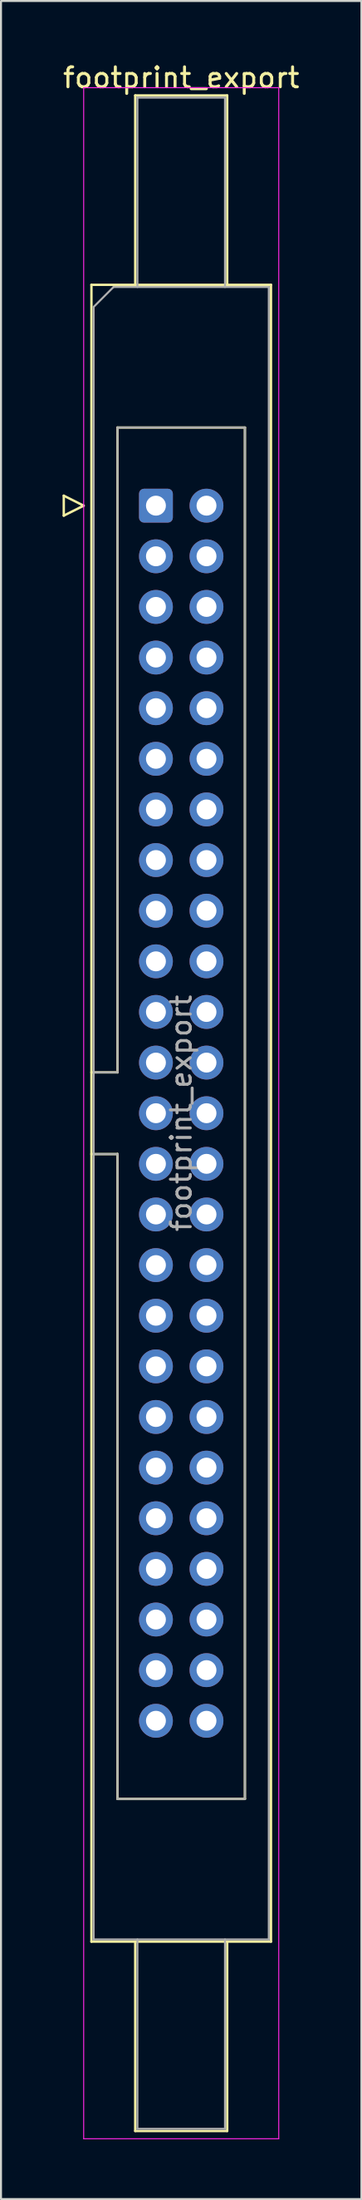
<source format=kicad_pcb>
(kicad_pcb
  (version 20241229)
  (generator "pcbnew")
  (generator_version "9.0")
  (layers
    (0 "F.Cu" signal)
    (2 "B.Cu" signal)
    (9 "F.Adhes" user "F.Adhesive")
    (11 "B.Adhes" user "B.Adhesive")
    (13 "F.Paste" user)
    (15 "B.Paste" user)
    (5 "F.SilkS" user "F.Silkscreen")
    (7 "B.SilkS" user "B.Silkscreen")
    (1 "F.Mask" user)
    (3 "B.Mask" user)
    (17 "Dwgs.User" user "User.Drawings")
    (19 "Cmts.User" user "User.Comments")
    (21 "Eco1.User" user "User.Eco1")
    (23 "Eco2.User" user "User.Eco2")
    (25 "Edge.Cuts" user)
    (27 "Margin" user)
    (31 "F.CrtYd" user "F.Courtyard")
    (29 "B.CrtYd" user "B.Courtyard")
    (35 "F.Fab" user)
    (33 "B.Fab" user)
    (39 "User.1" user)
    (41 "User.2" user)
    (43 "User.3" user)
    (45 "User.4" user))
  (footprint "footprint_export"
    (layer "F.Cu")
    (at 4.784 22.318)
    (property "Reference" "footprint_export" (at 1.27 -21.47 0) (layer "F.SilkS") (effects (font (size 1 1) (thickness 0.15))))
    (attr through_hole)
    (fp_line (start -4.63 -0.5) (end -4.63 0.5) (stroke (width 0.12) (type solid)) (layer "F.SilkS"))
    (fp_line (start -4.63 0.5) (end -3.63 0) (stroke (width 0.12) (type solid)) (layer "F.SilkS"))
    (fp_line (start -3.63 0) (end -4.63 -0.5) (stroke (width 0.12) (type solid)) (layer "F.SilkS"))
    (fp_line (start -3.24 -11.08) (end 5.78 -11.08) (stroke (width 0.12) (type solid)) (layer "F.SilkS"))
    (fp_line (start -3.24 28.43) (end -1.93 28.43) (stroke (width 0.12) (type solid)) (layer "F.SilkS"))
    (fp_line (start -3.24 72.04) (end -3.24 -11.08) (stroke (width 0.12) (type solid)) (layer "F.SilkS"))
    (fp_line (start -1.93 -3.92) (end 4.47 -3.92) (stroke (width 0.12) (type solid)) (layer "F.SilkS"))
    (fp_line (start -1.93 28.43) (end -1.93 -3.92) (stroke (width 0.12) (type solid)) (layer "F.SilkS"))
    (fp_line (start -1.93 32.53) (end -3.24 32.53) (stroke (width 0.12) (type solid)) (layer "F.SilkS"))
    (fp_line (start -1.93 32.53) (end -1.93 32.53) (stroke (width 0.12) (type solid)) (layer "F.SilkS"))
    (fp_line (start -1.93 64.88) (end -1.93 32.53) (stroke (width 0.12) (type solid)) (layer "F.SilkS"))
    (fp_line (start -1.04 -20.58) (end 3.58 -20.58) (stroke (width 0.12) (type solid)) (layer "F.SilkS"))
    (fp_line (start -1.04 -11.08) (end -1.04 -20.58) (stroke (width 0.12) (type solid)) (layer "F.SilkS"))
    (fp_line (start -1.04 72.04) (end -1.04 81.54) (stroke (width 0.12) (type solid)) (layer "F.SilkS"))
    (fp_line (start -1.04 81.54) (end 3.58 81.54) (stroke (width 0.12) (type solid)) (layer "F.SilkS"))
    (fp_line (start 3.58 -20.58) (end 3.58 -11.08) (stroke (width 0.12) (type solid)) (layer "F.SilkS"))
    (fp_line (start 3.58 81.54) (end 3.58 72.04) (stroke (width 0.12) (type solid)) (layer "F.SilkS"))
    (fp_line (start 4.47 -3.92) (end 4.47 64.88) (stroke (width 0.12) (type solid)) (layer "F.SilkS"))
    (fp_line (start 4.47 64.88) (end -1.93 64.88) (stroke (width 0.12) (type solid)) (layer "F.SilkS"))
    (fp_line (start 5.78 -11.08) (end 5.78 72.04) (stroke (width 0.12) (type solid)) (layer "F.SilkS"))
    (fp_line (start 5.78 72.04) (end -3.24 72.04) (stroke (width 0.12) (type solid)) (layer "F.SilkS"))
    (fp_line (start -3.63 -20.97) (end -3.63 81.93) (stroke (width 0.05) (type solid)) (layer "F.CrtYd"))
    (fp_line (start -3.63 81.93) (end 6.17 81.93) (stroke (width 0.05) (type solid)) (layer "F.CrtYd"))
    (fp_line (start 6.17 -20.97) (end -3.63 -20.97) (stroke (width 0.05) (type solid)) (layer "F.CrtYd"))
    (fp_line (start 6.17 81.93) (end 6.17 -20.97) (stroke (width 0.05) (type solid)) (layer "F.CrtYd"))
    (fp_line (start -3.13 -9.97) (end -2.13 -10.97) (stroke (width 0.1) (type solid)) (layer "F.Fab"))
    (fp_line (start -3.13 28.43) (end -1.93 28.43) (stroke (width 0.1) (type solid)) (layer "F.Fab"))
    (fp_line (start -3.13 71.93) (end -3.13 -9.97) (stroke (width 0.1) (type solid)) (layer "F.Fab"))
    (fp_line (start -2.13 -10.97) (end 5.67 -10.97) (stroke (width 0.1) (type solid)) (layer "F.Fab"))
    (fp_line (start -1.93 -3.92) (end 4.47 -3.92) (stroke (width 0.1) (type solid)) (layer "F.Fab"))
    (fp_line (start -1.93 28.43) (end -1.93 -3.92) (stroke (width 0.1) (type solid)) (layer "F.Fab"))
    (fp_line (start -1.93 32.53) (end -3.13 32.53) (stroke (width 0.1) (type solid)) (layer "F.Fab"))
    (fp_line (start -1.93 32.53) (end -1.93 32.53) (stroke (width 0.1) (type solid)) (layer "F.Fab"))
    (fp_line (start -1.93 64.88) (end -1.93 32.53) (stroke (width 0.1) (type solid)) (layer "F.Fab"))
    (fp_line (start -0.93 -20.47) (end 3.47 -20.47) (stroke (width 0.1) (type solid)) (layer "F.Fab"))
    (fp_line (start -0.93 -10.97) (end -0.93 -20.47) (stroke (width 0.1) (type solid)) (layer "F.Fab"))
    (fp_line (start -0.93 71.93) (end -0.93 81.43) (stroke (width 0.1) (type solid)) (layer "F.Fab"))
    (fp_line (start -0.93 81.43) (end 3.47 81.43) (stroke (width 0.1) (type solid)) (layer "F.Fab"))
    (fp_line (start 3.47 -20.47) (end 3.47 -10.97) (stroke (width 0.1) (type solid)) (layer "F.Fab"))
    (fp_line (start 3.47 81.43) (end 3.47 71.93) (stroke (width 0.1) (type solid)) (layer "F.Fab"))
    (fp_line (start 4.47 -3.92) (end 4.47 64.88) (stroke (width 0.1) (type solid)) (layer "F.Fab"))
    (fp_line (start 4.47 64.88) (end -1.93 64.88) (stroke (width 0.1) (type solid)) (layer "F.Fab"))
    (fp_line (start 5.67 -10.97) (end 5.67 71.93) (stroke (width 0.1) (type solid)) (layer "F.Fab"))
    (fp_line (start 5.67 71.93) (end -3.13 71.93) (stroke (width 0.1) (type solid)) (layer "F.Fab"))
    (fp_text user "${REFERENCE}" (at 1.27 30.48 90) (layer "F.Fab") (effects (font (size 1 1) (thickness 0.15))))
    (pad "1" thru_hole roundrect (at 0 0) (size 1.7 1.7) (drill 1) (layers "*.Cu" "*.Mask") (roundrect_rratio 0.147))
    (pad "2" thru_hole circle (at 2.54 0) (size 1.7 1.7) (drill 1) (layers "*.Cu" "*.Mask"))
    (pad "3" thru_hole circle (at 0 2.54) (size 1.7 1.7) (drill 1) (layers "*.Cu" "*.Mask"))
    (pad "4" thru_hole circle (at 2.54 2.54) (size 1.7 1.7) (drill 1) (layers "*.Cu" "*.Mask"))
    (pad "5" thru_hole circle (at 0 5.08) (size 1.7 1.7) (drill 1) (layers "*.Cu" "*.Mask"))
    (pad "6" thru_hole circle (at 2.54 5.08) (size 1.7 1.7) (drill 1) (layers "*.Cu" "*.Mask"))
    (pad "7" thru_hole circle (at 0 7.62) (size 1.7 1.7) (drill 1) (layers "*.Cu" "*.Mask"))
    (pad "8" thru_hole circle (at 2.54 7.62) (size 1.7 1.7) (drill 1) (layers "*.Cu" "*.Mask"))
    (pad "9" thru_hole circle (at 0 10.16) (size 1.7 1.7) (drill 1) (layers "*.Cu" "*.Mask"))
    (pad "10" thru_hole circle (at 2.54 10.16) (size 1.7 1.7) (drill 1) (layers "*.Cu" "*.Mask"))
    (pad "11" thru_hole circle (at 0 12.7) (size 1.7 1.7) (drill 1) (layers "*.Cu" "*.Mask"))
    (pad "12" thru_hole circle (at 2.54 12.7) (size 1.7 1.7) (drill 1) (layers "*.Cu" "*.Mask"))
    (pad "13" thru_hole circle (at 0 15.24) (size 1.7 1.7) (drill 1) (layers "*.Cu" "*.Mask"))
    (pad "14" thru_hole circle (at 2.54 15.24) (size 1.7 1.7) (drill 1) (layers "*.Cu" "*.Mask"))
    (pad "15" thru_hole circle (at 0 17.78) (size 1.7 1.7) (drill 1) (layers "*.Cu" "*.Mask"))
    (pad "16" thru_hole circle (at 2.54 17.78) (size 1.7 1.7) (drill 1) (layers "*.Cu" "*.Mask"))
    (pad "17" thru_hole circle (at 0 20.32) (size 1.7 1.7) (drill 1) (layers "*.Cu" "*.Mask"))
    (pad "18" thru_hole circle (at 2.54 20.32) (size 1.7 1.7) (drill 1) (layers "*.Cu" "*.Mask"))
    (pad "19" thru_hole circle (at 0 22.86) (size 1.7 1.7) (drill 1) (layers "*.Cu" "*.Mask"))
    (pad "20" thru_hole circle (at 2.54 22.86) (size 1.7 1.7) (drill 1) (layers "*.Cu" "*.Mask"))
    (pad "21" thru_hole circle (at 0 25.4) (size 1.7 1.7) (drill 1) (layers "*.Cu" "*.Mask"))
    (pad "22" thru_hole circle (at 2.54 25.4) (size 1.7 1.7) (drill 1) (layers "*.Cu" "*.Mask"))
    (pad "23" thru_hole circle (at 0 27.94) (size 1.7 1.7) (drill 1) (layers "*.Cu" "*.Mask"))
    (pad "24" thru_hole circle (at 2.54 27.94) (size 1.7 1.7) (drill 1) (layers "*.Cu" "*.Mask"))
    (pad "25" thru_hole circle (at 0 30.48) (size 1.7 1.7) (drill 1) (layers "*.Cu" "*.Mask"))
    (pad "26" thru_hole circle (at 2.54 30.48) (size 1.7 1.7) (drill 1) (layers "*.Cu" "*.Mask"))
    (pad "27" thru_hole circle (at 0 33.02) (size 1.7 1.7) (drill 1) (layers "*.Cu" "*.Mask"))
    (pad "28" thru_hole circle (at 2.54 33.02) (size 1.7 1.7) (drill 1) (layers "*.Cu" "*.Mask"))
    (pad "29" thru_hole circle (at 0 35.56) (size 1.7 1.7) (drill 1) (layers "*.Cu" "*.Mask"))
    (pad "30" thru_hole circle (at 2.54 35.56) (size 1.7 1.7) (drill 1) (layers "*.Cu" "*.Mask"))
    (pad "31" thru_hole circle (at 0 38.1) (size 1.7 1.7) (drill 1) (layers "*.Cu" "*.Mask"))
    (pad "32" thru_hole circle (at 2.54 38.1) (size 1.7 1.7) (drill 1) (layers "*.Cu" "*.Mask"))
    (pad "33" thru_hole circle (at 0 40.64) (size 1.7 1.7) (drill 1) (layers "*.Cu" "*.Mask"))
    (pad "34" thru_hole circle (at 2.54 40.64) (size 1.7 1.7) (drill 1) (layers "*.Cu" "*.Mask"))
    (pad "35" thru_hole circle (at 0 43.18) (size 1.7 1.7) (drill 1) (layers "*.Cu" "*.Mask"))
    (pad "36" thru_hole circle (at 2.54 43.18) (size 1.7 1.7) (drill 1) (layers "*.Cu" "*.Mask"))
    (pad "37" thru_hole circle (at 0 45.72) (size 1.7 1.7) (drill 1) (layers "*.Cu" "*.Mask"))
    (pad "38" thru_hole circle (at 2.54 45.72) (size 1.7 1.7) (drill 1) (layers "*.Cu" "*.Mask"))
    (pad "39" thru_hole circle (at 0 48.26) (size 1.7 1.7) (drill 1) (layers "*.Cu" "*.Mask"))
    (pad "40" thru_hole circle (at 2.54 48.26) (size 1.7 1.7) (drill 1) (layers "*.Cu" "*.Mask"))
    (pad "41" thru_hole circle (at 0 50.8) (size 1.7 1.7) (drill 1) (layers "*.Cu" "*.Mask"))
    (pad "42" thru_hole circle (at 2.54 50.8) (size 1.7 1.7) (drill 1) (layers "*.Cu" "*.Mask"))
    (pad "43" thru_hole circle (at 0 53.34) (size 1.7 1.7) (drill 1) (layers "*.Cu" "*.Mask"))
    (pad "44" thru_hole circle (at 2.54 53.34) (size 1.7 1.7) (drill 1) (layers "*.Cu" "*.Mask"))
    (pad "45" thru_hole circle (at 0 55.88) (size 1.7 1.7) (drill 1) (layers "*.Cu" "*.Mask"))
    (pad "46" thru_hole circle (at 2.54 55.88) (size 1.7 1.7) (drill 1) (layers "*.Cu" "*.Mask"))
    (pad "47" thru_hole circle (at 0 58.42) (size 1.7 1.7) (drill 1) (layers "*.Cu" "*.Mask"))
    (pad "48" thru_hole circle (at 2.54 58.42) (size 1.7 1.7) (drill 1) (layers "*.Cu" "*.Mask"))
    (pad "49" thru_hole circle (at 0 60.96) (size 1.7 1.7) (drill 1) (layers "*.Cu" "*.Mask"))
    (pad "50" thru_hole circle (at 2.54 60.96) (size 1.7 1.7) (drill 1) (layers "*.Cu" "*.Mask")))
  (gr_rect
    (start -3 -3)
    (end 15.107 107.273)
    (stroke (width 0.1) (type default))
    (fill no)
    (layer "Edge.Cuts")))
</source>
